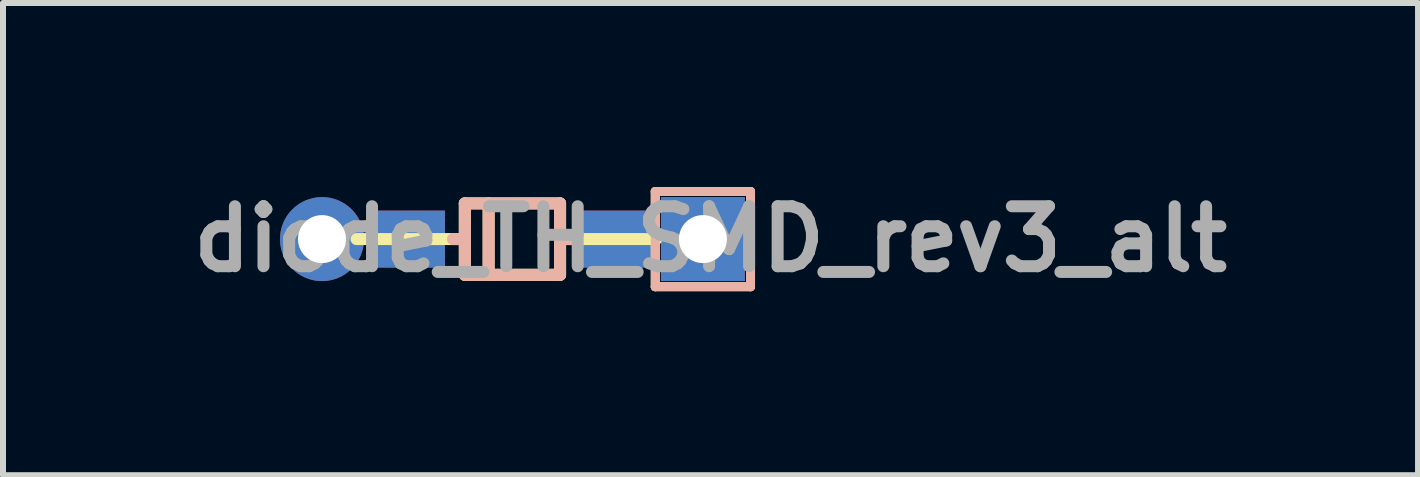
<source format=kicad_pcb>
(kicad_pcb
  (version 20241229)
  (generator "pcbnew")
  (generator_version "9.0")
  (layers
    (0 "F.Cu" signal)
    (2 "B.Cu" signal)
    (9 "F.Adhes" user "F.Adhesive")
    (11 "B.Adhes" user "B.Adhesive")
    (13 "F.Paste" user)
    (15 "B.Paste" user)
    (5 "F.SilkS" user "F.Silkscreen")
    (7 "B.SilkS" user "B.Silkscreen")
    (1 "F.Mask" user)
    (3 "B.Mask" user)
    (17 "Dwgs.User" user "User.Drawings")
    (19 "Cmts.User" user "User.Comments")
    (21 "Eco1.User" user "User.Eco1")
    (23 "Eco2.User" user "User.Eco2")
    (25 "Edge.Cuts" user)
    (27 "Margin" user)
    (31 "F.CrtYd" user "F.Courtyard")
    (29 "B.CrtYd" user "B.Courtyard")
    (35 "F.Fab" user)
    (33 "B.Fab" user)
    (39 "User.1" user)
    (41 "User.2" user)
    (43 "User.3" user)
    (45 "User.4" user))
  (footprint "diode_TH_SMD_rev3_alt"
    (layer "F.Cu")
    (at 5.493 0.936)
    (property "Reference" "diode_TH_SMD_rev3_alt" (at 3.302 0 0) (layer "F.Fab") (effects (font (size 1 1) (thickness 0.2))))
    (attr through_hole)
    (fp_line (start -2.6 0) (end -0.794 0) (stroke (width 0.2) (type solid)) (layer "F.SilkS"))
    (fp_line (start -0.794 -0.595) (end 0.794 -0.595) (stroke (width 0.2) (type solid)) (layer "F.SilkS"))
    (fp_line (start -0.794 0.595) (end -0.794 -0.595) (stroke (width 0.2) (type solid)) (layer "F.SilkS"))
    (fp_line (start -0.397 -0.595) (end -0.397 0.595) (stroke (width 0.2) (type solid)) (layer "F.SilkS"))
    (fp_line (start 0.794 -0.595) (end 0.794 0.595) (stroke (width 0.2) (type solid)) (layer "F.SilkS"))
    (fp_line (start 0.794 0) (end 2.4 0) (stroke (width 0.2) (type solid)) (layer "F.SilkS"))
    (fp_line (start 0.794 0.595) (end -0.794 0.595) (stroke (width 0.2) (type solid)) (layer "F.SilkS"))
    (fp_line (start 2.381 -0.794) (end 3.969 -0.794) (stroke (width 0.15) (type solid)) (layer "F.SilkS"))
    (fp_line (start 2.381 0.794) (end 2.381 -0.794) (stroke (width 0.15) (type solid)) (layer "F.SilkS"))
    (fp_line (start 3.969 -0.794) (end 3.969 0.794) (stroke (width 0.15) (type solid)) (layer "F.SilkS"))
    (fp_line (start 3.969 0.794) (end 2.381 0.794) (stroke (width 0.15) (type solid)) (layer "F.SilkS"))
    (fp_line (start -0.992 0) (end -0.794 0) (stroke (width 0.2) (type solid)) (layer "B.SilkS"))
    (fp_line (start -0.794 -0.595) (end -0.794 0.595) (stroke (width 0.2) (type solid)) (layer "B.SilkS"))
    (fp_line (start -0.794 0.595) (end 0.794 0.595) (stroke (width 0.2) (type solid)) (layer "B.SilkS"))
    (fp_line (start -0.397 0.595) (end -0.397 -0.595) (stroke (width 0.2) (type solid)) (layer "B.SilkS"))
    (fp_line (start 0.794 -0.595) (end -0.794 -0.595) (stroke (width 0.2) (type solid)) (layer "B.SilkS"))
    (fp_line (start 0.794 0) (end 0.992 0) (stroke (width 0.2) (type solid)) (layer "B.SilkS"))
    (fp_line (start 0.794 0.595) (end 0.794 -0.595) (stroke (width 0.2) (type solid)) (layer "B.SilkS"))
    (fp_line (start 2.381 -0.794) (end 2.381 0.794) (stroke (width 0.15) (type solid)) (layer "B.SilkS"))
    (fp_line (start 2.381 0.794) (end 3.969 0.794) (stroke (width 0.15) (type solid)) (layer "B.SilkS"))
    (fp_line (start 3.969 -0.794) (end 2.381 -0.794) (stroke (width 0.15) (type solid)) (layer "B.SilkS"))
    (fp_line (start 3.969 0.794) (end 3.969 -0.794) (stroke (width 0.15) (type solid)) (layer "B.SilkS"))
    (pad "1" thru_hole circle (at -3.175 0) (size 1.4 1.4) (drill 0.8) (layers "*.Cu" "*.Mask"))
    (pad "1" smd rect (at -1.725 0) (size 1.2 0.95) (layers "F.Cu" "F.Mask" "F.Paste"))
    (pad "1" smd rect (at -1.725 0) (size 1.2 0.95) (layers "B.Cu" "B.Mask" "B.Paste"))
    (pad "2" smd rect (at 1.725 0) (size 1.2 0.95) (layers "F.Cu" "F.Mask" "F.Paste"))
    (pad "2" smd rect (at 1.725 0) (size 1.2 0.95) (layers "B.Cu" "B.Mask" "B.Paste"))
    (pad "2" thru_hole rect (at 3.175 0) (size 1.4 1.4) (drill 0.8) (layers "*.Cu" "*.Mask")))
  (gr_rect
    (start -3 -3)
    (end 20.59 4.872)
    (stroke (width 0.1) (type default))
    (fill no)
    (layer "Edge.Cuts")))
</source>
